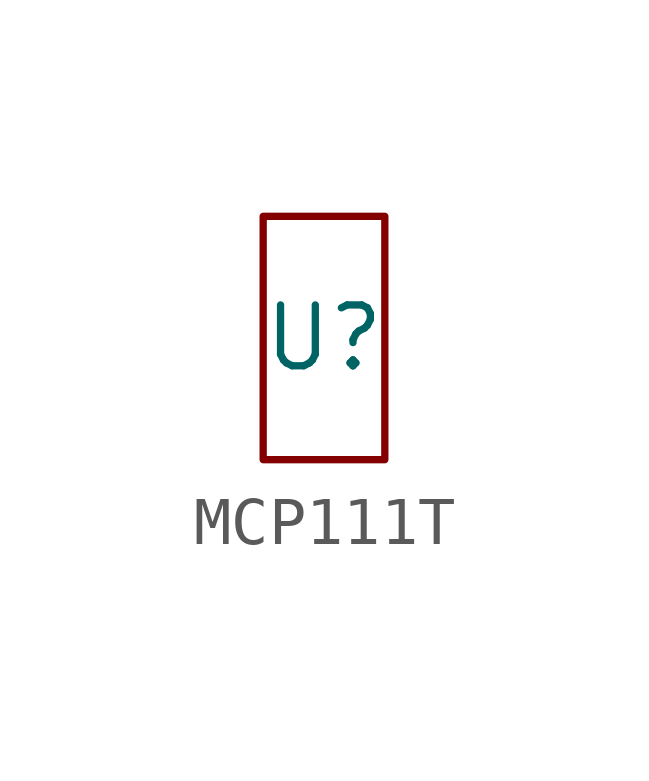
<source format=kicad_sym>
(kicad_symbol_lib
  (version 20231120)
  (generator "kicad_symbol_editor")
  (generator_version "8.0")
  (symbol "MCP111T"
    (property "Reference" "U"
      (at 0 0 0)
      (effects (font (size 1.27 1.27))))
    (property "Value" ""
      (at 0 0 0)
      (effects (font (size 1.27 1.27))))
    (symbol "MCP111T_0_1"
      (rectangle (start -1.27 2.54) (end 1.27 -2.54) (stroke (width 0) (type default)) (fill (type none))))))
</source>
